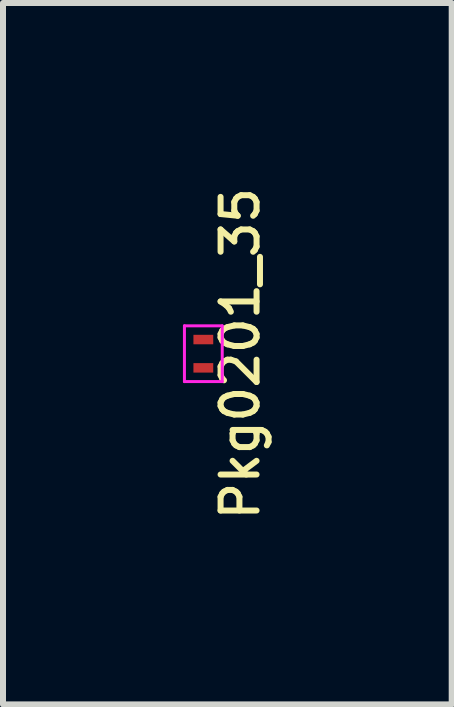
<source format=kicad_pcb>
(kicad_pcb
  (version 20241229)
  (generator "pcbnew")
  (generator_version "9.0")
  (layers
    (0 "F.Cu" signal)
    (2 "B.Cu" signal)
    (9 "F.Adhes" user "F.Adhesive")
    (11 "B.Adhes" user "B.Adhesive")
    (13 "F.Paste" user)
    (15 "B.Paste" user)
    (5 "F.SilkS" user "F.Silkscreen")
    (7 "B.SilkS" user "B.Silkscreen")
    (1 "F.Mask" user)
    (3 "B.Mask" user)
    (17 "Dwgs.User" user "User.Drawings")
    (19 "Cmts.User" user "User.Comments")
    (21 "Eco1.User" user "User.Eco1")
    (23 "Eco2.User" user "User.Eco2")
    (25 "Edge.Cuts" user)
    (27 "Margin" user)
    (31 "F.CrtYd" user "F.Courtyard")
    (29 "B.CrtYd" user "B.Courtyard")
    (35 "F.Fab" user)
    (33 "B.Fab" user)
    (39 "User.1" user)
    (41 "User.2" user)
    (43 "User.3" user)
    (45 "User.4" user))
  (footprint "Pkg0201_35"
    (layer "F.Cu")
    (at 0.34 2.847)
    (property "Reference" "Pkg0201_35" (at 0.615 0 90) (layer "F.SilkS") (effects (font (size 0.6 0.6) (thickness 0.1))))
    (fp_line (start -0.315 -0.465) (end -0.315 0.465) (stroke (width 0.05) (type solid)) (layer "F.CrtYd"))
    (fp_line (start -0.315 0.465) (end 0.315 0.465) (stroke (width 0.05) (type solid)) (layer "F.CrtYd"))
    (fp_line (start 0.315 -0.465) (end -0.315 -0.465) (stroke (width 0.05) (type solid)) (layer "F.CrtYd"))
    (fp_line (start 0.315 0.465) (end 0.315 -0.465) (stroke (width 0.05) (type solid)) (layer "F.CrtYd"))
    (pad "1" smd rect (at 0 -0.236) (size 0.33 0.158) (layers "F.Cu" "F.Mask" "F.Paste"))
    (pad "2" smd rect (at 0 0.236) (size 0.33 0.158) (layers "F.Cu" "F.Mask" "F.Paste")))
  (gr_rect
    (start -3 -3)
    (end 4.481 8.694)
    (stroke (width 0.1) (type default))
    (fill no)
    (layer "Edge.Cuts")))
</source>
